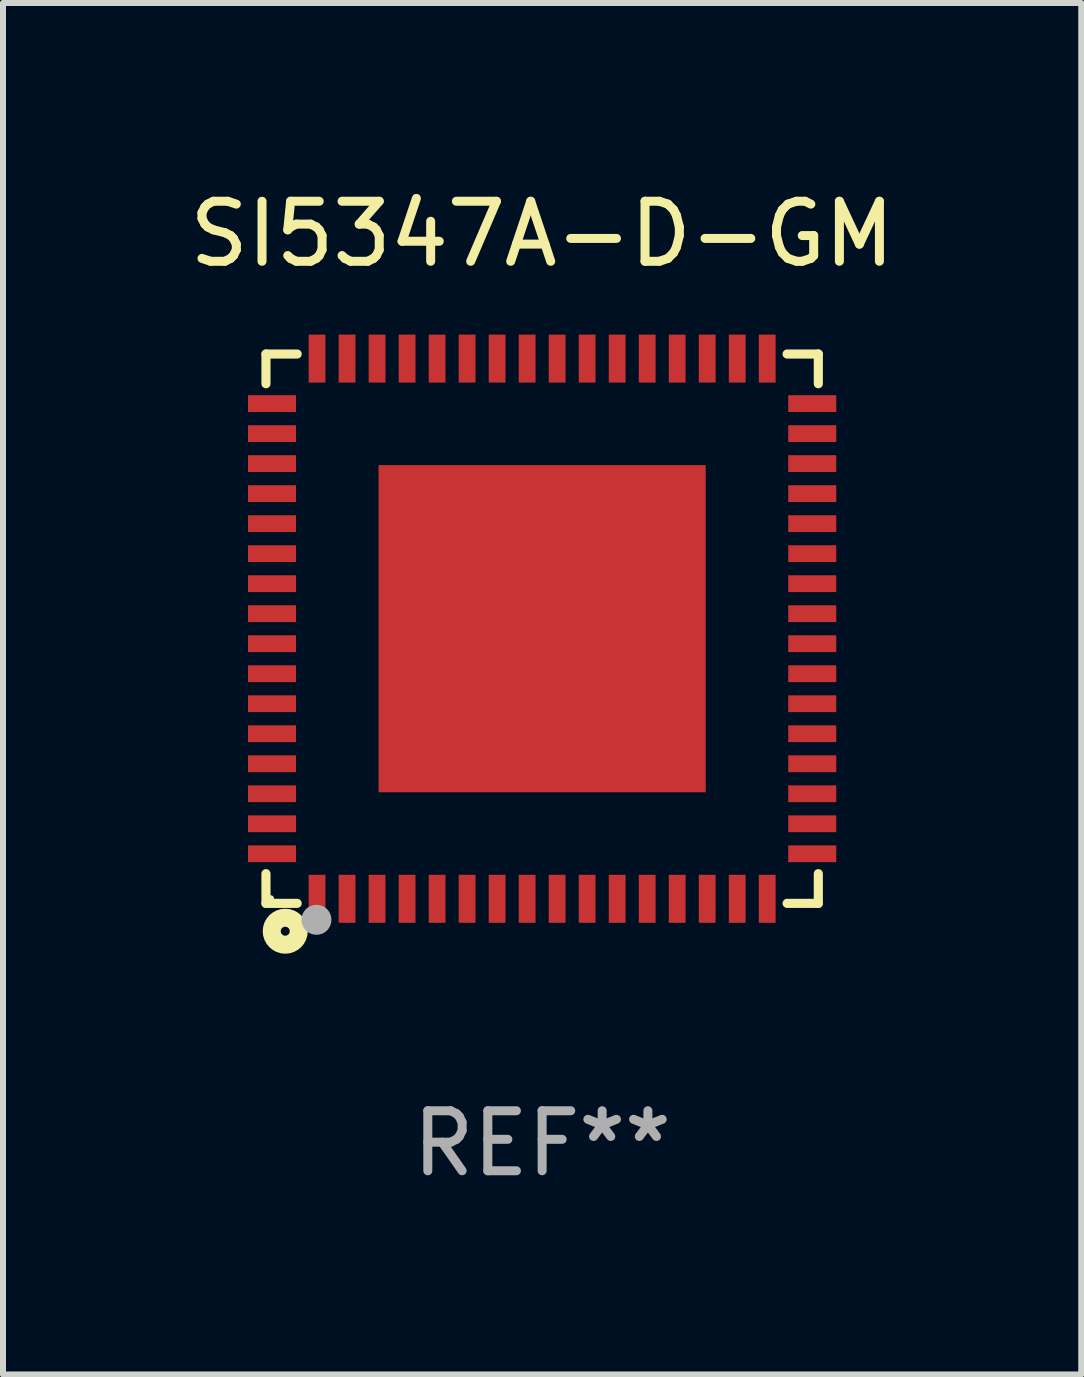
<source format=kicad_pcb>
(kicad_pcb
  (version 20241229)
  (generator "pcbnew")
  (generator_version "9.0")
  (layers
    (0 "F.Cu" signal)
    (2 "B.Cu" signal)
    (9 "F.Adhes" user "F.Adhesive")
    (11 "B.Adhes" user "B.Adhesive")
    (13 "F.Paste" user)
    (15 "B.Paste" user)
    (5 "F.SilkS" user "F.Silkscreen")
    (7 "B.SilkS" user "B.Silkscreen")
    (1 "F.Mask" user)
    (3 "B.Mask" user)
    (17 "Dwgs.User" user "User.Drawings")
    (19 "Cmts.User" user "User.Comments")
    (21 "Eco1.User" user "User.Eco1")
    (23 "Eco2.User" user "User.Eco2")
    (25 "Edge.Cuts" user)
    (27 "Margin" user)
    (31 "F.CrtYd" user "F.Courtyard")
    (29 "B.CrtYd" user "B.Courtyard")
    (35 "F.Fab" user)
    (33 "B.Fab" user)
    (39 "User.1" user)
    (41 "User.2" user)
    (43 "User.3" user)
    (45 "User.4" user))
  (footprint "SI5347A-D-GM"
    (layer "F.Cu")
    (at 5.982 7.424)
    (property "Reference" "SI5347A-D-GM" (at 0 -6.576 0) (layer "F.SilkS") (effects (font (size 1 1) (thickness 0.15))))
    (attr through_hole)
    (fp_line (start -4.601 -4.576) (end -4.081 -4.576) (stroke (width 0.152) (type solid)) (layer "F.SilkS"))
    (fp_line (start -4.601 -4.081) (end -4.601 -4.576) (stroke (width 0.152) (type solid)) (layer "F.SilkS"))
    (fp_line (start -4.601 4.081) (end -4.601 4.576) (stroke (width 0.152) (type solid)) (layer "F.SilkS"))
    (fp_line (start -4.601 4.576) (end -4.081 4.576) (stroke (width 0.152) (type solid)) (layer "F.SilkS"))
    (fp_line (start 4.601 -4.576) (end 4.081 -4.576) (stroke (width 0.152) (type solid)) (layer "F.SilkS"))
    (fp_line (start 4.601 -4.081) (end 4.601 -4.576) (stroke (width 0.152) (type solid)) (layer "F.SilkS"))
    (fp_line (start 4.601 4.081) (end 4.601 4.576) (stroke (width 0.152) (type solid)) (layer "F.SilkS"))
    (fp_line (start 4.601 4.576) (end 4.081 4.576) (stroke (width 0.152) (type solid)) (layer "F.SilkS"))
    (fp_circle (center -4.525 4.5) (end -4.495 4.5) (stroke (width 0.06) (type solid)) (fill no) (layer "F.SilkS"))
    (fp_circle (center -4.28 5.04) (end -4.205 5.04) (stroke (width 0.3) (type solid)) (fill no) (layer "F.SilkS"))
    (fp_circle (center -3.76 4.85) (end -3.635 4.85) (stroke (width 0.25) (type solid)) (fill no) (layer "F.Fab"))
    (fp_text user "REF**" (at 0 8.576 0) (layer "F.Fab") (effects (font (size 1 1) (thickness 0.15))))
    (pad "1" smd rect (at -3.75 4.5) (size 0.28 0.8) (layers "F.Cu" "F.Mask" "F.Paste"))
    (pad "2" smd rect (at -3.25 4.5) (size 0.28 0.8) (layers "F.Cu" "F.Mask" "F.Paste"))
    (pad "3" smd rect (at -2.75 4.5) (size 0.28 0.8) (layers "F.Cu" "F.Mask" "F.Paste"))
    (pad "4" smd rect (at -2.25 4.5) (size 0.28 0.8) (layers "F.Cu" "F.Mask" "F.Paste"))
    (pad "5" smd rect (at -1.75 4.5) (size 0.28 0.8) (layers "F.Cu" "F.Mask" "F.Paste"))
    (pad "6" smd rect (at -1.25 4.5) (size 0.28 0.8) (layers "F.Cu" "F.Mask" "F.Paste"))
    (pad "7" smd rect (at -0.75 4.5) (size 0.28 0.8) (layers "F.Cu" "F.Mask" "F.Paste"))
    (pad "8" smd rect (at -0.25 4.5) (size 0.28 0.8) (layers "F.Cu" "F.Mask" "F.Paste"))
    (pad "9" smd rect (at 0.25 4.5) (size 0.28 0.8) (layers "F.Cu" "F.Mask" "F.Paste"))
    (pad "10" smd rect (at 0.75 4.5) (size 0.28 0.8) (layers "F.Cu" "F.Mask" "F.Paste"))
    (pad "11" smd rect (at 1.25 4.5) (size 0.28 0.8) (layers "F.Cu" "F.Mask" "F.Paste"))
    (pad "12" smd rect (at 1.75 4.5) (size 0.28 0.8) (layers "F.Cu" "F.Mask" "F.Paste"))
    (pad "13" smd rect (at 2.25 4.5) (size 0.28 0.8) (layers "F.Cu" "F.Mask" "F.Paste"))
    (pad "14" smd rect (at 2.75 4.5) (size 0.28 0.8) (layers "F.Cu" "F.Mask" "F.Paste"))
    (pad "15" smd rect (at 3.25 4.5) (size 0.28 0.8) (layers "F.Cu" "F.Mask" "F.Paste"))
    (pad "16" smd rect (at 3.75 4.5) (size 0.28 0.8) (layers "F.Cu" "F.Mask" "F.Paste"))
    (pad "17" smd rect (at 4.5 3.75) (size 0.8 0.28) (layers "F.Cu" "F.Mask" "F.Paste"))
    (pad "18" smd rect (at 4.5 3.25) (size 0.8 0.28) (layers "F.Cu" "F.Mask" "F.Paste"))
    (pad "19" smd rect (at 4.5 2.75) (size 0.8 0.28) (layers "F.Cu" "F.Mask" "F.Paste"))
    (pad "20" smd rect (at 4.5 2.25) (size 0.8 0.28) (layers "F.Cu" "F.Mask" "F.Paste"))
    (pad "21" smd rect (at 4.5 1.75) (size 0.8 0.28) (layers "F.Cu" "F.Mask" "F.Paste"))
    (pad "22" smd rect (at 4.5 1.25) (size 0.8 0.28) (layers "F.Cu" "F.Mask" "F.Paste"))
    (pad "23" smd rect (at 4.5 0.75) (size 0.8 0.28) (layers "F.Cu" "F.Mask" "F.Paste"))
    (pad "24" smd rect (at 4.5 0.25) (size 0.8 0.28) (layers "F.Cu" "F.Mask" "F.Paste"))
    (pad "25" smd rect (at 4.5 -0.25) (size 0.8 0.28) (layers "F.Cu" "F.Mask" "F.Paste"))
    (pad "26" smd rect (at 4.5 -0.75) (size 0.8 0.28) (layers "F.Cu" "F.Mask" "F.Paste"))
    (pad "27" smd rect (at 4.5 -1.25) (size 0.8 0.28) (layers "F.Cu" "F.Mask" "F.Paste"))
    (pad "28" smd rect (at 4.5 -1.75) (size 0.8 0.28) (layers "F.Cu" "F.Mask" "F.Paste"))
    (pad "29" smd rect (at 4.5 -2.25) (size 0.8 0.28) (layers "F.Cu" "F.Mask" "F.Paste"))
    (pad "30" smd rect (at 4.5 -2.75) (size 0.8 0.28) (layers "F.Cu" "F.Mask" "F.Paste"))
    (pad "31" smd rect (at 4.5 -3.25) (size 0.8 0.28) (layers "F.Cu" "F.Mask" "F.Paste"))
    (pad "32" smd rect (at 4.5 -3.75) (size 0.8 0.28) (layers "F.Cu" "F.Mask" "F.Paste"))
    (pad "33" smd rect (at 3.75 -4.5) (size 0.28 0.8) (layers "F.Cu" "F.Mask" "F.Paste"))
    (pad "34" smd rect (at 3.25 -4.5) (size 0.28 0.8) (layers "F.Cu" "F.Mask" "F.Paste"))
    (pad "35" smd rect (at 2.75 -4.5) (size 0.28 0.8) (layers "F.Cu" "F.Mask" "F.Paste"))
    (pad "36" smd rect (at 2.25 -4.5) (size 0.28 0.8) (layers "F.Cu" "F.Mask" "F.Paste"))
    (pad "37" smd rect (at 1.75 -4.5) (size 0.28 0.8) (layers "F.Cu" "F.Mask" "F.Paste"))
    (pad "38" smd rect (at 1.25 -4.5) (size 0.28 0.8) (layers "F.Cu" "F.Mask" "F.Paste"))
    (pad "39" smd rect (at 0.75 -4.5) (size 0.28 0.8) (layers "F.Cu" "F.Mask" "F.Paste"))
    (pad "40" smd rect (at 0.25 -4.5) (size 0.28 0.8) (layers "F.Cu" "F.Mask" "F.Paste"))
    (pad "41" smd rect (at -0.25 -4.5) (size 0.28 0.8) (layers "F.Cu" "F.Mask" "F.Paste"))
    (pad "42" smd rect (at -0.75 -4.5) (size 0.28 0.8) (layers "F.Cu" "F.Mask" "F.Paste"))
    (pad "43" smd rect (at -1.25 -4.5) (size 0.28 0.8) (layers "F.Cu" "F.Mask" "F.Paste"))
    (pad "44" smd rect (at -1.75 -4.5) (size 0.28 0.8) (layers "F.Cu" "F.Mask" "F.Paste"))
    (pad "45" smd rect (at -2.25 -4.5) (size 0.28 0.8) (layers "F.Cu" "F.Mask" "F.Paste"))
    (pad "46" smd rect (at -2.75 -4.5) (size 0.28 0.8) (layers "F.Cu" "F.Mask" "F.Paste"))
    (pad "47" smd rect (at -3.25 -4.5) (size 0.28 0.8) (layers "F.Cu" "F.Mask" "F.Paste"))
    (pad "48" smd rect (at -3.75 -4.5) (size 0.28 0.8) (layers "F.Cu" "F.Mask" "F.Paste"))
    (pad "49" smd rect (at -4.5 -3.75) (size 0.8 0.28) (layers "F.Cu" "F.Mask" "F.Paste"))
    (pad "50" smd rect (at -4.5 -3.25) (size 0.8 0.28) (layers "F.Cu" "F.Mask" "F.Paste"))
    (pad "51" smd rect (at -4.5 -2.75) (size 0.8 0.28) (layers "F.Cu" "F.Mask" "F.Paste"))
    (pad "52" smd rect (at -4.5 -2.25) (size 0.8 0.28) (layers "F.Cu" "F.Mask" "F.Paste"))
    (pad "53" smd rect (at -4.5 -1.75) (size 0.8 0.28) (layers "F.Cu" "F.Mask" "F.Paste"))
    (pad "54" smd rect (at -4.5 -1.25) (size 0.8 0.28) (layers "F.Cu" "F.Mask" "F.Paste"))
    (pad "55" smd rect (at -4.5 -0.75) (size 0.8 0.28) (layers "F.Cu" "F.Mask" "F.Paste"))
    (pad "56" smd rect (at -4.5 -0.25) (size 0.8 0.28) (layers "F.Cu" "F.Mask" "F.Paste"))
    (pad "57" smd rect (at -4.5 0.25) (size 0.8 0.28) (layers "F.Cu" "F.Mask" "F.Paste"))
    (pad "58" smd rect (at -4.5 0.75) (size 0.8 0.28) (layers "F.Cu" "F.Mask" "F.Paste"))
    (pad "59" smd rect (at -4.5 1.25) (size 0.8 0.28) (layers "F.Cu" "F.Mask" "F.Paste"))
    (pad "60" smd rect (at -4.5 1.75) (size 0.8 0.28) (layers "F.Cu" "F.Mask" "F.Paste"))
    (pad "61" smd rect (at -4.5 2.25) (size 0.8 0.28) (layers "F.Cu" "F.Mask" "F.Paste"))
    (pad "62" smd rect (at -4.5 2.75) (size 0.8 0.28) (layers "F.Cu" "F.Mask" "F.Paste"))
    (pad "63" smd rect (at -4.5 3.25) (size 0.8 0.28) (layers "F.Cu" "F.Mask" "F.Paste"))
    (pad "64" smd rect (at -4.5 3.75) (size 0.8 0.28) (layers "F.Cu" "F.Mask" "F.Paste"))
    (pad "65" smd rect (at 0 0) (size 5.45 5.45) (layers "F.Cu" "F.Mask" "F.Paste")))
  (gr_rect
    (start -3 -3)
    (end 14.964 19.849)
    (stroke (width 0.1) (type default))
    (fill no)
    (layer "Edge.Cuts")))
</source>
